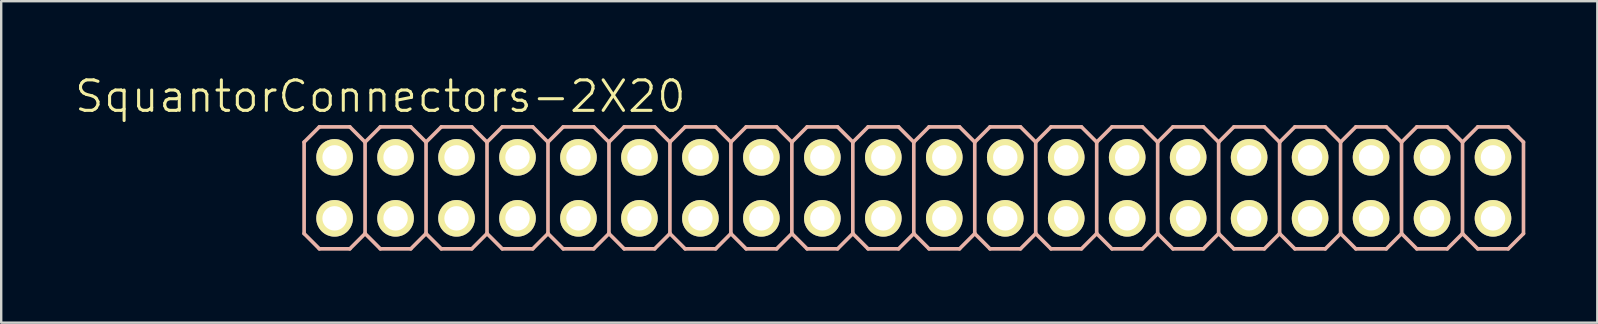
<source format=kicad_pcb>
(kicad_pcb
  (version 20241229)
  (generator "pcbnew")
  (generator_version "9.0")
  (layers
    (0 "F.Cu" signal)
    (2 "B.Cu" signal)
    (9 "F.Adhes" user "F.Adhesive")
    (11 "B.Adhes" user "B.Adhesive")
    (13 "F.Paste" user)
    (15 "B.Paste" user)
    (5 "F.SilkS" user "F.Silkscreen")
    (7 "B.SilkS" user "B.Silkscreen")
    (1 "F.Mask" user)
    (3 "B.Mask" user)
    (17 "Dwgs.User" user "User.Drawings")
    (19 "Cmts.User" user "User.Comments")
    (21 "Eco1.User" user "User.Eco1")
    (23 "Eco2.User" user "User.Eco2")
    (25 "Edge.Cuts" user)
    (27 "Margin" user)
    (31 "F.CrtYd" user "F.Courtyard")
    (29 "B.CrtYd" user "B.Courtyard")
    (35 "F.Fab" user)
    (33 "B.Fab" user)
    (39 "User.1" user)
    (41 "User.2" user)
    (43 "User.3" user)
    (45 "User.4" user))
  (footprint "SquantorConnectors-2X20"
    (layer "F.Cu")
    (at 35.019 4.776)
    (property "Reference" "SquantorConnectors-2X20" (at -22.225 -3.81 0) (layer "F.SilkS") (effects (font (size 1.27 1.27) (thickness 0.127))))
    (attr exclude_from_pos_files exclude_from_bom)
    (fp_line (start -24.384 -1.524) (end -23.876 -1.524) (stroke (width 0.066) (type solid)) (layer "F.SilkS"))
    (fp_line (start -24.384 -1.016) (end -24.384 -1.524) (stroke (width 0.066) (type solid)) (layer "F.SilkS"))
    (fp_line (start -24.384 -1.016) (end -23.876 -1.016) (stroke (width 0.066) (type solid)) (layer "F.SilkS"))
    (fp_line (start -24.384 1.016) (end -23.876 1.016) (stroke (width 0.066) (type solid)) (layer "F.SilkS"))
    (fp_line (start -24.384 1.524) (end -24.384 1.016) (stroke (width 0.066) (type solid)) (layer "F.SilkS"))
    (fp_line (start -24.384 1.524) (end -23.876 1.524) (stroke (width 0.066) (type solid)) (layer "F.SilkS"))
    (fp_line (start -23.876 -1.016) (end -23.876 -1.524) (stroke (width 0.066) (type solid)) (layer "F.SilkS"))
    (fp_line (start -23.876 1.524) (end -23.876 1.016) (stroke (width 0.066) (type solid)) (layer "F.SilkS"))
    (fp_line (start -21.844 -1.524) (end -21.336 -1.524) (stroke (width 0.066) (type solid)) (layer "F.SilkS"))
    (fp_line (start -21.844 -1.016) (end -21.844 -1.524) (stroke (width 0.066) (type solid)) (layer "F.SilkS"))
    (fp_line (start -21.844 -1.016) (end -21.336 -1.016) (stroke (width 0.066) (type solid)) (layer "F.SilkS"))
    (fp_line (start -21.844 1.016) (end -21.336 1.016) (stroke (width 0.066) (type solid)) (layer "F.SilkS"))
    (fp_line (start -21.844 1.524) (end -21.844 1.016) (stroke (width 0.066) (type solid)) (layer "F.SilkS"))
    (fp_line (start -21.844 1.524) (end -21.336 1.524) (stroke (width 0.066) (type solid)) (layer "F.SilkS"))
    (fp_line (start -21.336 -1.016) (end -21.336 -1.524) (stroke (width 0.066) (type solid)) (layer "F.SilkS"))
    (fp_line (start -21.336 1.524) (end -21.336 1.016) (stroke (width 0.066) (type solid)) (layer "F.SilkS"))
    (fp_line (start -19.304 -1.524) (end -18.796 -1.524) (stroke (width 0.066) (type solid)) (layer "F.SilkS"))
    (fp_line (start -19.304 -1.016) (end -19.304 -1.524) (stroke (width 0.066) (type solid)) (layer "F.SilkS"))
    (fp_line (start -19.304 -1.016) (end -18.796 -1.016) (stroke (width 0.066) (type solid)) (layer "F.SilkS"))
    (fp_line (start -19.304 1.016) (end -18.796 1.016) (stroke (width 0.066) (type solid)) (layer "F.SilkS"))
    (fp_line (start -19.304 1.524) (end -19.304 1.016) (stroke (width 0.066) (type solid)) (layer "F.SilkS"))
    (fp_line (start -19.304 1.524) (end -18.796 1.524) (stroke (width 0.066) (type solid)) (layer "F.SilkS"))
    (fp_line (start -18.796 -1.016) (end -18.796 -1.524) (stroke (width 0.066) (type solid)) (layer "F.SilkS"))
    (fp_line (start -18.796 1.524) (end -18.796 1.016) (stroke (width 0.066) (type solid)) (layer "F.SilkS"))
    (fp_line (start -16.764 -1.524) (end -16.256 -1.524) (stroke (width 0.066) (type solid)) (layer "F.SilkS"))
    (fp_line (start -16.764 -1.016) (end -16.764 -1.524) (stroke (width 0.066) (type solid)) (layer "F.SilkS"))
    (fp_line (start -16.764 -1.016) (end -16.256 -1.016) (stroke (width 0.066) (type solid)) (layer "F.SilkS"))
    (fp_line (start -16.764 1.016) (end -16.256 1.016) (stroke (width 0.066) (type solid)) (layer "F.SilkS"))
    (fp_line (start -16.764 1.524) (end -16.764 1.016) (stroke (width 0.066) (type solid)) (layer "F.SilkS"))
    (fp_line (start -16.764 1.524) (end -16.256 1.524) (stroke (width 0.066) (type solid)) (layer "F.SilkS"))
    (fp_line (start -16.256 -1.016) (end -16.256 -1.524) (stroke (width 0.066) (type solid)) (layer "F.SilkS"))
    (fp_line (start -16.256 1.524) (end -16.256 1.016) (stroke (width 0.066) (type solid)) (layer "F.SilkS"))
    (fp_line (start -14.224 -1.524) (end -13.716 -1.524) (stroke (width 0.066) (type solid)) (layer "F.SilkS"))
    (fp_line (start -14.224 -1.016) (end -14.224 -1.524) (stroke (width 0.066) (type solid)) (layer "F.SilkS"))
    (fp_line (start -14.224 -1.016) (end -13.716 -1.016) (stroke (width 0.066) (type solid)) (layer "F.SilkS"))
    (fp_line (start -14.224 1.016) (end -13.716 1.016) (stroke (width 0.066) (type solid)) (layer "F.SilkS"))
    (fp_line (start -14.224 1.524) (end -14.224 1.016) (stroke (width 0.066) (type solid)) (layer "F.SilkS"))
    (fp_line (start -14.224 1.524) (end -13.716 1.524) (stroke (width 0.066) (type solid)) (layer "F.SilkS"))
    (fp_line (start -13.716 -1.016) (end -13.716 -1.524) (stroke (width 0.066) (type solid)) (layer "F.SilkS"))
    (fp_line (start -13.716 1.524) (end -13.716 1.016) (stroke (width 0.066) (type solid)) (layer "F.SilkS"))
    (fp_line (start -11.684 -1.524) (end -11.176 -1.524) (stroke (width 0.066) (type solid)) (layer "F.SilkS"))
    (fp_line (start -11.684 -1.016) (end -11.684 -1.524) (stroke (width 0.066) (type solid)) (layer "F.SilkS"))
    (fp_line (start -11.684 -1.016) (end -11.176 -1.016) (stroke (width 0.066) (type solid)) (layer "F.SilkS"))
    (fp_line (start -11.684 1.016) (end -11.176 1.016) (stroke (width 0.066) (type solid)) (layer "F.SilkS"))
    (fp_line (start -11.684 1.524) (end -11.684 1.016) (stroke (width 0.066) (type solid)) (layer "F.SilkS"))
    (fp_line (start -11.684 1.524) (end -11.176 1.524) (stroke (width 0.066) (type solid)) (layer "F.SilkS"))
    (fp_line (start -11.176 -1.016) (end -11.176 -1.524) (stroke (width 0.066) (type solid)) (layer "F.SilkS"))
    (fp_line (start -11.176 1.524) (end -11.176 1.016) (stroke (width 0.066) (type solid)) (layer "F.SilkS"))
    (fp_line (start -9.144 -1.524) (end -8.636 -1.524) (stroke (width 0.066) (type solid)) (layer "F.SilkS"))
    (fp_line (start -9.144 -1.016) (end -9.144 -1.524) (stroke (width 0.066) (type solid)) (layer "F.SilkS"))
    (fp_line (start -9.144 -1.016) (end -8.636 -1.016) (stroke (width 0.066) (type solid)) (layer "F.SilkS"))
    (fp_line (start -9.144 1.016) (end -8.636 1.016) (stroke (width 0.066) (type solid)) (layer "F.SilkS"))
    (fp_line (start -9.144 1.524) (end -9.144 1.016) (stroke (width 0.066) (type solid)) (layer "F.SilkS"))
    (fp_line (start -9.144 1.524) (end -8.636 1.524) (stroke (width 0.066) (type solid)) (layer "F.SilkS"))
    (fp_line (start -8.636 -1.016) (end -8.636 -1.524) (stroke (width 0.066) (type solid)) (layer "F.SilkS"))
    (fp_line (start -8.636 1.524) (end -8.636 1.016) (stroke (width 0.066) (type solid)) (layer "F.SilkS"))
    (fp_line (start -6.604 -1.524) (end -6.096 -1.524) (stroke (width 0.066) (type solid)) (layer "F.SilkS"))
    (fp_line (start -6.604 -1.016) (end -6.604 -1.524) (stroke (width 0.066) (type solid)) (layer "F.SilkS"))
    (fp_line (start -6.604 -1.016) (end -6.096 -1.016) (stroke (width 0.066) (type solid)) (layer "F.SilkS"))
    (fp_line (start -6.604 1.016) (end -6.096 1.016) (stroke (width 0.066) (type solid)) (layer "F.SilkS"))
    (fp_line (start -6.604 1.524) (end -6.604 1.016) (stroke (width 0.066) (type solid)) (layer "F.SilkS"))
    (fp_line (start -6.604 1.524) (end -6.096 1.524) (stroke (width 0.066) (type solid)) (layer "F.SilkS"))
    (fp_line (start -6.096 -1.016) (end -6.096 -1.524) (stroke (width 0.066) (type solid)) (layer "F.SilkS"))
    (fp_line (start -6.096 1.524) (end -6.096 1.016) (stroke (width 0.066) (type solid)) (layer "F.SilkS"))
    (fp_line (start -4.064 -1.524) (end -3.556 -1.524) (stroke (width 0.066) (type solid)) (layer "F.SilkS"))
    (fp_line (start -4.064 -1.016) (end -4.064 -1.524) (stroke (width 0.066) (type solid)) (layer "F.SilkS"))
    (fp_line (start -4.064 -1.016) (end -3.556 -1.016) (stroke (width 0.066) (type solid)) (layer "F.SilkS"))
    (fp_line (start -4.064 1.016) (end -3.556 1.016) (stroke (width 0.066) (type solid)) (layer "F.SilkS"))
    (fp_line (start -4.064 1.524) (end -4.064 1.016) (stroke (width 0.066) (type solid)) (layer "F.SilkS"))
    (fp_line (start -4.064 1.524) (end -3.556 1.524) (stroke (width 0.066) (type solid)) (layer "F.SilkS"))
    (fp_line (start -3.556 -1.016) (end -3.556 -1.524) (stroke (width 0.066) (type solid)) (layer "F.SilkS"))
    (fp_line (start -3.556 1.524) (end -3.556 1.016) (stroke (width 0.066) (type solid)) (layer "F.SilkS"))
    (fp_line (start -1.524 -1.524) (end -1.016 -1.524) (stroke (width 0.066) (type solid)) (layer "F.SilkS"))
    (fp_line (start -1.524 -1.016) (end -1.524 -1.524) (stroke (width 0.066) (type solid)) (layer "F.SilkS"))
    (fp_line (start -1.524 -1.016) (end -1.016 -1.016) (stroke (width 0.066) (type solid)) (layer "F.SilkS"))
    (fp_line (start -1.524 1.016) (end -1.016 1.016) (stroke (width 0.066) (type solid)) (layer "F.SilkS"))
    (fp_line (start -1.524 1.524) (end -1.524 1.016) (stroke (width 0.066) (type solid)) (layer "F.SilkS"))
    (fp_line (start -1.524 1.524) (end -1.016 1.524) (stroke (width 0.066) (type solid)) (layer "F.SilkS"))
    (fp_line (start -1.016 -1.016) (end -1.016 -1.524) (stroke (width 0.066) (type solid)) (layer "F.SilkS"))
    (fp_line (start -1.016 1.524) (end -1.016 1.016) (stroke (width 0.066) (type solid)) (layer "F.SilkS"))
    (fp_line (start 1.016 -1.524) (end 1.524 -1.524) (stroke (width 0.066) (type solid)) (layer "F.SilkS"))
    (fp_line (start 1.016 -1.016) (end 1.016 -1.524) (stroke (width 0.066) (type solid)) (layer "F.SilkS"))
    (fp_line (start 1.016 -1.016) (end 1.524 -1.016) (stroke (width 0.066) (type solid)) (layer "F.SilkS"))
    (fp_line (start 1.016 1.016) (end 1.524 1.016) (stroke (width 0.066) (type solid)) (layer "F.SilkS"))
    (fp_line (start 1.016 1.524) (end 1.016 1.016) (stroke (width 0.066) (type solid)) (layer "F.SilkS"))
    (fp_line (start 1.016 1.524) (end 1.524 1.524) (stroke (width 0.066) (type solid)) (layer "F.SilkS"))
    (fp_line (start 1.524 -1.016) (end 1.524 -1.524) (stroke (width 0.066) (type solid)) (layer "F.SilkS"))
    (fp_line (start 1.524 1.524) (end 1.524 1.016) (stroke (width 0.066) (type solid)) (layer "F.SilkS"))
    (fp_line (start 3.556 -1.524) (end 4.064 -1.524) (stroke (width 0.066) (type solid)) (layer "F.SilkS"))
    (fp_line (start 3.556 -1.016) (end 3.556 -1.524) (stroke (width 0.066) (type solid)) (layer "F.SilkS"))
    (fp_line (start 3.556 -1.016) (end 4.064 -1.016) (stroke (width 0.066) (type solid)) (layer "F.SilkS"))
    (fp_line (start 3.556 1.016) (end 4.064 1.016) (stroke (width 0.066) (type solid)) (layer "F.SilkS"))
    (fp_line (start 3.556 1.524) (end 3.556 1.016) (stroke (width 0.066) (type solid)) (layer "F.SilkS"))
    (fp_line (start 3.556 1.524) (end 4.064 1.524) (stroke (width 0.066) (type solid)) (layer "F.SilkS"))
    (fp_line (start 4.064 -1.016) (end 4.064 -1.524) (stroke (width 0.066) (type solid)) (layer "F.SilkS"))
    (fp_line (start 4.064 1.524) (end 4.064 1.016) (stroke (width 0.066) (type solid)) (layer "F.SilkS"))
    (fp_line (start 6.096 -1.524) (end 6.604 -1.524) (stroke (width 0.066) (type solid)) (layer "F.SilkS"))
    (fp_line (start 6.096 -1.016) (end 6.096 -1.524) (stroke (width 0.066) (type solid)) (layer "F.SilkS"))
    (fp_line (start 6.096 -1.016) (end 6.604 -1.016) (stroke (width 0.066) (type solid)) (layer "F.SilkS"))
    (fp_line (start 6.096 1.016) (end 6.604 1.016) (stroke (width 0.066) (type solid)) (layer "F.SilkS"))
    (fp_line (start 6.096 1.524) (end 6.096 1.016) (stroke (width 0.066) (type solid)) (layer "F.SilkS"))
    (fp_line (start 6.096 1.524) (end 6.604 1.524) (stroke (width 0.066) (type solid)) (layer "F.SilkS"))
    (fp_line (start 6.604 -1.016) (end 6.604 -1.524) (stroke (width 0.066) (type solid)) (layer "F.SilkS"))
    (fp_line (start 6.604 1.524) (end 6.604 1.016) (stroke (width 0.066) (type solid)) (layer "F.SilkS"))
    (fp_line (start 8.636 -1.524) (end 9.144 -1.524) (stroke (width 0.066) (type solid)) (layer "F.SilkS"))
    (fp_line (start 8.636 -1.016) (end 8.636 -1.524) (stroke (width 0.066) (type solid)) (layer "F.SilkS"))
    (fp_line (start 8.636 -1.016) (end 9.144 -1.016) (stroke (width 0.066) (type solid)) (layer "F.SilkS"))
    (fp_line (start 8.636 1.016) (end 9.144 1.016) (stroke (width 0.066) (type solid)) (layer "F.SilkS"))
    (fp_line (start 8.636 1.524) (end 8.636 1.016) (stroke (width 0.066) (type solid)) (layer "F.SilkS"))
    (fp_line (start 8.636 1.524) (end 9.144 1.524) (stroke (width 0.066) (type solid)) (layer "F.SilkS"))
    (fp_line (start 9.144 -1.016) (end 9.144 -1.524) (stroke (width 0.066) (type solid)) (layer "F.SilkS"))
    (fp_line (start 9.144 1.524) (end 9.144 1.016) (stroke (width 0.066) (type solid)) (layer "F.SilkS"))
    (fp_line (start 11.176 -1.524) (end 11.684 -1.524) (stroke (width 0.066) (type solid)) (layer "F.SilkS"))
    (fp_line (start 11.176 -1.016) (end 11.176 -1.524) (stroke (width 0.066) (type solid)) (layer "F.SilkS"))
    (fp_line (start 11.176 -1.016) (end 11.684 -1.016) (stroke (width 0.066) (type solid)) (layer "F.SilkS"))
    (fp_line (start 11.176 1.016) (end 11.684 1.016) (stroke (width 0.066) (type solid)) (layer "F.SilkS"))
    (fp_line (start 11.176 1.524) (end 11.176 1.016) (stroke (width 0.066) (type solid)) (layer "F.SilkS"))
    (fp_line (start 11.176 1.524) (end 11.684 1.524) (stroke (width 0.066) (type solid)) (layer "F.SilkS"))
    (fp_line (start 11.684 -1.016) (end 11.684 -1.524) (stroke (width 0.066) (type solid)) (layer "F.SilkS"))
    (fp_line (start 11.684 1.524) (end 11.684 1.016) (stroke (width 0.066) (type solid)) (layer "F.SilkS"))
    (fp_line (start 13.716 -1.524) (end 14.224 -1.524) (stroke (width 0.066) (type solid)) (layer "F.SilkS"))
    (fp_line (start 13.716 -1.016) (end 13.716 -1.524) (stroke (width 0.066) (type solid)) (layer "F.SilkS"))
    (fp_line (start 13.716 -1.016) (end 14.224 -1.016) (stroke (width 0.066) (type solid)) (layer "F.SilkS"))
    (fp_line (start 13.716 1.016) (end 14.224 1.016) (stroke (width 0.066) (type solid)) (layer "F.SilkS"))
    (fp_line (start 13.716 1.524) (end 13.716 1.016) (stroke (width 0.066) (type solid)) (layer "F.SilkS"))
    (fp_line (start 13.716 1.524) (end 14.224 1.524) (stroke (width 0.066) (type solid)) (layer "F.SilkS"))
    (fp_line (start 14.224 -1.016) (end 14.224 -1.524) (stroke (width 0.066) (type solid)) (layer "F.SilkS"))
    (fp_line (start 14.224 1.524) (end 14.224 1.016) (stroke (width 0.066) (type solid)) (layer "F.SilkS"))
    (fp_line (start 16.256 -1.524) (end 16.764 -1.524) (stroke (width 0.066) (type solid)) (layer "F.SilkS"))
    (fp_line (start 16.256 -1.016) (end 16.256 -1.524) (stroke (width 0.066) (type solid)) (layer "F.SilkS"))
    (fp_line (start 16.256 -1.016) (end 16.764 -1.016) (stroke (width 0.066) (type solid)) (layer "F.SilkS"))
    (fp_line (start 16.256 1.016) (end 16.764 1.016) (stroke (width 0.066) (type solid)) (layer "F.SilkS"))
    (fp_line (start 16.256 1.524) (end 16.256 1.016) (stroke (width 0.066) (type solid)) (layer "F.SilkS"))
    (fp_line (start 16.256 1.524) (end 16.764 1.524) (stroke (width 0.066) (type solid)) (layer "F.SilkS"))
    (fp_line (start 16.764 -1.016) (end 16.764 -1.524) (stroke (width 0.066) (type solid)) (layer "F.SilkS"))
    (fp_line (start 16.764 1.524) (end 16.764 1.016) (stroke (width 0.066) (type solid)) (layer "F.SilkS"))
    (fp_line (start 18.796 -1.524) (end 19.304 -1.524) (stroke (width 0.066) (type solid)) (layer "F.SilkS"))
    (fp_line (start 18.796 -1.016) (end 18.796 -1.524) (stroke (width 0.066) (type solid)) (layer "F.SilkS"))
    (fp_line (start 18.796 -1.016) (end 19.304 -1.016) (stroke (width 0.066) (type solid)) (layer "F.SilkS"))
    (fp_line (start 18.796 1.016) (end 19.304 1.016) (stroke (width 0.066) (type solid)) (layer "F.SilkS"))
    (fp_line (start 18.796 1.524) (end 18.796 1.016) (stroke (width 0.066) (type solid)) (layer "F.SilkS"))
    (fp_line (start 18.796 1.524) (end 19.304 1.524) (stroke (width 0.066) (type solid)) (layer "F.SilkS"))
    (fp_line (start 19.304 -1.016) (end 19.304 -1.524) (stroke (width 0.066) (type solid)) (layer "F.SilkS"))
    (fp_line (start 19.304 1.524) (end 19.304 1.016) (stroke (width 0.066) (type solid)) (layer "F.SilkS"))
    (fp_line (start 21.336 -1.524) (end 21.844 -1.524) (stroke (width 0.066) (type solid)) (layer "F.SilkS"))
    (fp_line (start 21.336 -1.016) (end 21.336 -1.524) (stroke (width 0.066) (type solid)) (layer "F.SilkS"))
    (fp_line (start 21.336 -1.016) (end 21.844 -1.016) (stroke (width 0.066) (type solid)) (layer "F.SilkS"))
    (fp_line (start 21.336 1.016) (end 21.844 1.016) (stroke (width 0.066) (type solid)) (layer "F.SilkS"))
    (fp_line (start 21.336 1.524) (end 21.336 1.016) (stroke (width 0.066) (type solid)) (layer "F.SilkS"))
    (fp_line (start 21.336 1.524) (end 21.844 1.524) (stroke (width 0.066) (type solid)) (layer "F.SilkS"))
    (fp_line (start 21.844 -1.016) (end 21.844 -1.524) (stroke (width 0.066) (type solid)) (layer "F.SilkS"))
    (fp_line (start 21.844 1.524) (end 21.844 1.016) (stroke (width 0.066) (type solid)) (layer "F.SilkS"))
    (fp_line (start 23.876 -1.524) (end 24.384 -1.524) (stroke (width 0.066) (type solid)) (layer "F.SilkS"))
    (fp_line (start 23.876 -1.016) (end 23.876 -1.524) (stroke (width 0.066) (type solid)) (layer "F.SilkS"))
    (fp_line (start 23.876 -1.016) (end 24.384 -1.016) (stroke (width 0.066) (type solid)) (layer "F.SilkS"))
    (fp_line (start 23.876 1.016) (end 24.384 1.016) (stroke (width 0.066) (type solid)) (layer "F.SilkS"))
    (fp_line (start 23.876 1.524) (end 23.876 1.016) (stroke (width 0.066) (type solid)) (layer "F.SilkS"))
    (fp_line (start 23.876 1.524) (end 24.384 1.524) (stroke (width 0.066) (type solid)) (layer "F.SilkS"))
    (fp_line (start 24.384 -1.016) (end 24.384 -1.524) (stroke (width 0.066) (type solid)) (layer "F.SilkS"))
    (fp_line (start 24.384 1.524) (end 24.384 1.016) (stroke (width 0.066) (type solid)) (layer "F.SilkS"))
    (fp_line (start -25.4 -1.905) (end -24.765 -2.54) (stroke (width 0.152) (type solid)) (layer "B.SilkS"))
    (fp_line (start -25.4 1.905) (end -25.4 -1.905) (stroke (width 0.152) (type solid)) (layer "B.SilkS"))
    (fp_line (start -25.4 1.905) (end -24.765 2.54) (stroke (width 0.152) (type solid)) (layer "B.SilkS"))
    (fp_line (start -24.765 -2.54) (end -23.495 -2.54) (stroke (width 0.152) (type solid)) (layer "B.SilkS"))
    (fp_line (start -24.765 2.54) (end -23.495 2.54) (stroke (width 0.152) (type solid)) (layer "B.SilkS"))
    (fp_line (start -23.495 -2.54) (end -22.86 -1.905) (stroke (width 0.152) (type solid)) (layer "B.SilkS"))
    (fp_line (start -23.495 2.54) (end -22.86 1.905) (stroke (width 0.152) (type solid)) (layer "B.SilkS"))
    (fp_line (start -22.86 -1.905) (end -22.86 1.905) (stroke (width 0.152) (type solid)) (layer "B.SilkS"))
    (fp_line (start -22.86 -1.905) (end -22.225 -2.54) (stroke (width 0.152) (type solid)) (layer "B.SilkS"))
    (fp_line (start -22.86 1.905) (end -22.225 2.54) (stroke (width 0.152) (type solid)) (layer "B.SilkS"))
    (fp_line (start -22.225 -2.54) (end -20.955 -2.54) (stroke (width 0.152) (type solid)) (layer "B.SilkS"))
    (fp_line (start -22.225 2.54) (end -20.955 2.54) (stroke (width 0.152) (type solid)) (layer "B.SilkS"))
    (fp_line (start -20.955 -2.54) (end -20.32 -1.905) (stroke (width 0.152) (type solid)) (layer "B.SilkS"))
    (fp_line (start -20.955 2.54) (end -20.32 1.905) (stroke (width 0.152) (type solid)) (layer "B.SilkS"))
    (fp_line (start -20.32 -1.905) (end -20.32 1.905) (stroke (width 0.152) (type solid)) (layer "B.SilkS"))
    (fp_line (start -20.32 -1.905) (end -19.685 -2.54) (stroke (width 0.152) (type solid)) (layer "B.SilkS"))
    (fp_line (start -20.32 1.905) (end -19.685 2.54) (stroke (width 0.152) (type solid)) (layer "B.SilkS"))
    (fp_line (start -19.685 -2.54) (end -18.415 -2.54) (stroke (width 0.152) (type solid)) (layer "B.SilkS"))
    (fp_line (start -19.685 2.54) (end -18.415 2.54) (stroke (width 0.152) (type solid)) (layer "B.SilkS"))
    (fp_line (start -18.415 -2.54) (end -17.78 -1.905) (stroke (width 0.152) (type solid)) (layer "B.SilkS"))
    (fp_line (start -18.415 2.54) (end -17.78 1.905) (stroke (width 0.152) (type solid)) (layer "B.SilkS"))
    (fp_line (start -17.78 -1.905) (end -17.78 1.905) (stroke (width 0.152) (type solid)) (layer "B.SilkS"))
    (fp_line (start -17.78 -1.905) (end -17.145 -2.54) (stroke (width 0.152) (type solid)) (layer "B.SilkS"))
    (fp_line (start -17.78 1.905) (end -17.145 2.54) (stroke (width 0.152) (type solid)) (layer "B.SilkS"))
    (fp_line (start -17.145 -2.54) (end -15.875 -2.54) (stroke (width 0.152) (type solid)) (layer "B.SilkS"))
    (fp_line (start -17.145 2.54) (end -15.875 2.54) (stroke (width 0.152) (type solid)) (layer "B.SilkS"))
    (fp_line (start -15.875 -2.54) (end -15.24 -1.905) (stroke (width 0.152) (type solid)) (layer "B.SilkS"))
    (fp_line (start -15.875 2.54) (end -15.24 1.905) (stroke (width 0.152) (type solid)) (layer "B.SilkS"))
    (fp_line (start -15.24 -1.905) (end -15.24 1.905) (stroke (width 0.152) (type solid)) (layer "B.SilkS"))
    (fp_line (start -15.24 -1.905) (end -14.605 -2.54) (stroke (width 0.152) (type solid)) (layer "B.SilkS"))
    (fp_line (start -15.24 1.905) (end -14.605 2.54) (stroke (width 0.152) (type solid)) (layer "B.SilkS"))
    (fp_line (start -14.605 -2.54) (end -13.335 -2.54) (stroke (width 0.152) (type solid)) (layer "B.SilkS"))
    (fp_line (start -14.605 2.54) (end -13.335 2.54) (stroke (width 0.152) (type solid)) (layer "B.SilkS"))
    (fp_line (start -13.335 -2.54) (end -12.7 -1.905) (stroke (width 0.152) (type solid)) (layer "B.SilkS"))
    (fp_line (start -13.335 2.54) (end -12.7 1.905) (stroke (width 0.152) (type solid)) (layer "B.SilkS"))
    (fp_line (start -12.7 -1.905) (end -12.7 1.905) (stroke (width 0.152) (type solid)) (layer "B.SilkS"))
    (fp_line (start -12.7 -1.905) (end -12.065 -2.54) (stroke (width 0.152) (type solid)) (layer "B.SilkS"))
    (fp_line (start -12.7 1.905) (end -12.065 2.54) (stroke (width 0.152) (type solid)) (layer "B.SilkS"))
    (fp_line (start -12.065 -2.54) (end -10.795 -2.54) (stroke (width 0.152) (type solid)) (layer "B.SilkS"))
    (fp_line (start -12.065 2.54) (end -10.795 2.54) (stroke (width 0.152) (type solid)) (layer "B.SilkS"))
    (fp_line (start -10.795 -2.54) (end -10.16 -1.905) (stroke (width 0.152) (type solid)) (layer "B.SilkS"))
    (fp_line (start -10.795 2.54) (end -10.16 1.905) (stroke (width 0.152) (type solid)) (layer "B.SilkS"))
    (fp_line (start -10.16 -1.905) (end -10.16 1.905) (stroke (width 0.152) (type solid)) (layer "B.SilkS"))
    (fp_line (start -10.16 -1.905) (end -9.525 -2.54) (stroke (width 0.152) (type solid)) (layer "B.SilkS"))
    (fp_line (start -10.16 1.905) (end -9.525 2.54) (stroke (width 0.152) (type solid)) (layer "B.SilkS"))
    (fp_line (start -9.525 -2.54) (end -8.255 -2.54) (stroke (width 0.152) (type solid)) (layer "B.SilkS"))
    (fp_line (start -8.255 -2.54) (end -7.62 -1.905) (stroke (width 0.152) (type solid)) (layer "B.SilkS"))
    (fp_line (start -8.255 2.54) (end -9.525 2.54) (stroke (width 0.152) (type solid)) (layer "B.SilkS"))
    (fp_line (start -7.62 -1.905) (end -7.62 1.905) (stroke (width 0.152) (type solid)) (layer "B.SilkS"))
    (fp_line (start -7.62 -1.905) (end -6.985 -2.54) (stroke (width 0.152) (type solid)) (layer "B.SilkS"))
    (fp_line (start -7.62 1.905) (end -8.255 2.54) (stroke (width 0.152) (type solid)) (layer "B.SilkS"))
    (fp_line (start -7.62 1.905) (end -6.985 2.54) (stroke (width 0.152) (type solid)) (layer "B.SilkS"))
    (fp_line (start -6.985 -2.54) (end -5.715 -2.54) (stroke (width 0.152) (type solid)) (layer "B.SilkS"))
    (fp_line (start -5.715 -2.54) (end -5.08 -1.905) (stroke (width 0.152) (type solid)) (layer "B.SilkS"))
    (fp_line (start -5.715 2.54) (end -6.985 2.54) (stroke (width 0.152) (type solid)) (layer "B.SilkS"))
    (fp_line (start -5.08 -1.905) (end -5.08 1.905) (stroke (width 0.152) (type solid)) (layer "B.SilkS"))
    (fp_line (start -5.08 -1.905) (end -4.445 -2.54) (stroke (width 0.152) (type solid)) (layer "B.SilkS"))
    (fp_line (start -5.08 1.905) (end -5.715 2.54) (stroke (width 0.152) (type solid)) (layer "B.SilkS"))
    (fp_line (start -5.08 1.905) (end -4.445 2.54) (stroke (width 0.152) (type solid)) (layer "B.SilkS"))
    (fp_line (start -4.445 -2.54) (end -3.175 -2.54) (stroke (width 0.152) (type solid)) (layer "B.SilkS"))
    (fp_line (start -3.175 -2.54) (end -2.54 -1.905) (stroke (width 0.152) (type solid)) (layer "B.SilkS"))
    (fp_line (start -3.175 2.54) (end -4.445 2.54) (stroke (width 0.152) (type solid)) (layer "B.SilkS"))
    (fp_line (start -2.54 -1.905) (end -2.54 1.905) (stroke (width 0.152) (type solid)) (layer "B.SilkS"))
    (fp_line (start -2.54 -1.905) (end -1.905 -2.54) (stroke (width 0.152) (type solid)) (layer "B.SilkS"))
    (fp_line (start -2.54 1.905) (end -3.175 2.54) (stroke (width 0.152) (type solid)) (layer "B.SilkS"))
    (fp_line (start -2.54 1.905) (end -1.905 2.54) (stroke (width 0.152) (type solid)) (layer "B.SilkS"))
    (fp_line (start -1.905 -2.54) (end -0.635 -2.54) (stroke (width 0.152) (type solid)) (layer "B.SilkS"))
    (fp_line (start -0.635 -2.54) (end 0 -1.905) (stroke (width 0.152) (type solid)) (layer "B.SilkS"))
    (fp_line (start -0.635 2.54) (end -1.905 2.54) (stroke (width 0.152) (type solid)) (layer "B.SilkS"))
    (fp_line (start 0 -1.905) (end 0 1.905) (stroke (width 0.152) (type solid)) (layer "B.SilkS"))
    (fp_line (start 0 -1.905) (end 0.635 -2.54) (stroke (width 0.152) (type solid)) (layer "B.SilkS"))
    (fp_line (start 0 1.905) (end -0.635 2.54) (stroke (width 0.152) (type solid)) (layer "B.SilkS"))
    (fp_line (start 0 1.905) (end 0.635 2.54) (stroke (width 0.152) (type solid)) (layer "B.SilkS"))
    (fp_line (start 0.635 -2.54) (end 1.905 -2.54) (stroke (width 0.152) (type solid)) (layer "B.SilkS"))
    (fp_line (start 1.905 -2.54) (end 2.54 -1.905) (stroke (width 0.152) (type solid)) (layer "B.SilkS"))
    (fp_line (start 1.905 2.54) (end 0.635 2.54) (stroke (width 0.152) (type solid)) (layer "B.SilkS"))
    (fp_line (start 2.54 -1.905) (end 2.54 1.905) (stroke (width 0.152) (type solid)) (layer "B.SilkS"))
    (fp_line (start 2.54 -1.905) (end 3.175 -2.54) (stroke (width 0.152) (type solid)) (layer "B.SilkS"))
    (fp_line (start 2.54 1.905) (end 1.905 2.54) (stroke (width 0.152) (type solid)) (layer "B.SilkS"))
    (fp_line (start 2.54 1.905) (end 3.175 2.54) (stroke (width 0.152) (type solid)) (layer "B.SilkS"))
    (fp_line (start 3.175 -2.54) (end 4.445 -2.54) (stroke (width 0.152) (type solid)) (layer "B.SilkS"))
    (fp_line (start 4.445 2.54) (end 3.175 2.54) (stroke (width 0.152) (type solid)) (layer "B.SilkS"))
    (fp_line (start 5.08 -1.905) (end 4.445 -2.54) (stroke (width 0.152) (type solid)) (layer "B.SilkS"))
    (fp_line (start 5.08 -1.905) (end 5.08 1.905) (stroke (width 0.152) (type solid)) (layer "B.SilkS"))
    (fp_line (start 5.08 -1.905) (end 5.715 -2.54) (stroke (width 0.152) (type solid)) (layer "B.SilkS"))
    (fp_line (start 5.08 1.905) (end 4.445 2.54) (stroke (width 0.152) (type solid)) (layer "B.SilkS"))
    (fp_line (start 5.08 1.905) (end 5.715 2.54) (stroke (width 0.152) (type solid)) (layer "B.SilkS"))
    (fp_line (start 6.985 -2.54) (end 5.715 -2.54) (stroke (width 0.152) (type solid)) (layer "B.SilkS"))
    (fp_line (start 6.985 -2.54) (end 7.62 -1.905) (stroke (width 0.152) (type solid)) (layer "B.SilkS"))
    (fp_line (start 6.985 2.54) (end 5.715 2.54) (stroke (width 0.152) (type solid)) (layer "B.SilkS"))
    (fp_line (start 7.62 -1.905) (end 7.62 1.905) (stroke (width 0.152) (type solid)) (layer "B.SilkS"))
    (fp_line (start 7.62 -1.905) (end 8.255 -2.54) (stroke (width 0.152) (type solid)) (layer "B.SilkS"))
    (fp_line (start 7.62 1.905) (end 6.985 2.54) (stroke (width 0.152) (type solid)) (layer "B.SilkS"))
    (fp_line (start 7.62 1.905) (end 8.255 2.54) (stroke (width 0.152) (type solid)) (layer "B.SilkS"))
    (fp_line (start 9.525 -2.54) (end 8.255 -2.54) (stroke (width 0.152) (type solid)) (layer "B.SilkS"))
    (fp_line (start 9.525 -2.54) (end 10.16 -1.905) (stroke (width 0.152) (type solid)) (layer "B.SilkS"))
    (fp_line (start 9.525 2.54) (end 8.255 2.54) (stroke (width 0.152) (type solid)) (layer "B.SilkS"))
    (fp_line (start 10.16 -1.905) (end 10.16 1.905) (stroke (width 0.152) (type solid)) (layer "B.SilkS"))
    (fp_line (start 10.16 -1.905) (end 10.795 -2.54) (stroke (width 0.152) (type solid)) (layer "B.SilkS"))
    (fp_line (start 10.16 1.905) (end 9.525 2.54) (stroke (width 0.152) (type solid)) (layer "B.SilkS"))
    (fp_line (start 10.795 2.54) (end 10.16 1.905) (stroke (width 0.152) (type solid)) (layer "B.SilkS"))
    (fp_line (start 10.795 2.54) (end 12.065 2.54) (stroke (width 0.152) (type solid)) (layer "B.SilkS"))
    (fp_line (start 12.065 -2.54) (end 10.795 -2.54) (stroke (width 0.152) (type solid)) (layer "B.SilkS"))
    (fp_line (start 12.065 -2.54) (end 12.7 -1.905) (stroke (width 0.152) (type solid)) (layer "B.SilkS"))
    (fp_line (start 12.7 -1.905) (end 12.7 1.905) (stroke (width 0.152) (type solid)) (layer "B.SilkS"))
    (fp_line (start 12.7 -1.905) (end 13.335 -2.54) (stroke (width 0.152) (type solid)) (layer "B.SilkS"))
    (fp_line (start 12.7 1.905) (end 12.065 2.54) (stroke (width 0.152) (type solid)) (layer "B.SilkS"))
    (fp_line (start 13.335 2.54) (end 12.7 1.905) (stroke (width 0.152) (type solid)) (layer "B.SilkS"))
    (fp_line (start 13.335 2.54) (end 14.605 2.54) (stroke (width 0.152) (type solid)) (layer "B.SilkS"))
    (fp_line (start 14.605 -2.54) (end 13.335 -2.54) (stroke (width 0.152) (type solid)) (layer "B.SilkS"))
    (fp_line (start 14.605 -2.54) (end 15.24 -1.905) (stroke (width 0.152) (type solid)) (layer "B.SilkS"))
    (fp_line (start 15.24 -1.905) (end 15.24 1.905) (stroke (width 0.152) (type solid)) (layer "B.SilkS"))
    (fp_line (start 15.24 -1.905) (end 15.875 -2.54) (stroke (width 0.152) (type solid)) (layer "B.SilkS"))
    (fp_line (start 15.24 1.905) (end 14.605 2.54) (stroke (width 0.152) (type solid)) (layer "B.SilkS"))
    (fp_line (start 15.24 1.905) (end 15.875 2.54) (stroke (width 0.152) (type solid)) (layer "B.SilkS"))
    (fp_line (start 17.145 -2.54) (end 15.875 -2.54) (stroke (width 0.152) (type solid)) (layer "B.SilkS"))
    (fp_line (start 17.145 -2.54) (end 17.78 -1.905) (stroke (width 0.152) (type solid)) (layer "B.SilkS"))
    (fp_line (start 17.145 2.54) (end 15.875 2.54) (stroke (width 0.152) (type solid)) (layer "B.SilkS"))
    (fp_line (start 17.78 -1.905) (end 17.78 1.905) (stroke (width 0.152) (type solid)) (layer "B.SilkS"))
    (fp_line (start 17.78 -1.905) (end 18.415 -2.54) (stroke (width 0.152) (type solid)) (layer "B.SilkS"))
    (fp_line (start 17.78 1.905) (end 17.145 2.54) (stroke (width 0.152) (type solid)) (layer "B.SilkS"))
    (fp_line (start 17.78 1.905) (end 18.415 2.54) (stroke (width 0.152) (type solid)) (layer "B.SilkS"))
    (fp_line (start 19.685 -2.54) (end 18.415 -2.54) (stroke (width 0.152) (type solid)) (layer "B.SilkS"))
    (fp_line (start 19.685 -2.54) (end 20.32 -1.905) (stroke (width 0.152) (type solid)) (layer "B.SilkS"))
    (fp_line (start 19.685 2.54) (end 18.415 2.54) (stroke (width 0.152) (type solid)) (layer "B.SilkS"))
    (fp_line (start 20.32 -1.905) (end 20.32 1.905) (stroke (width 0.152) (type solid)) (layer "B.SilkS"))
    (fp_line (start 20.32 -1.905) (end 20.955 -2.54) (stroke (width 0.152) (type solid)) (layer "B.SilkS"))
    (fp_line (start 20.32 1.905) (end 19.685 2.54) (stroke (width 0.152) (type solid)) (layer "B.SilkS"))
    (fp_line (start 20.32 1.905) (end 20.955 2.54) (stroke (width 0.152) (type solid)) (layer "B.SilkS"))
    (fp_line (start 22.225 -2.54) (end 20.955 -2.54) (stroke (width 0.152) (type solid)) (layer "B.SilkS"))
    (fp_line (start 22.225 -2.54) (end 22.86 -1.905) (stroke (width 0.152) (type solid)) (layer "B.SilkS"))
    (fp_line (start 22.225 2.54) (end 20.955 2.54) (stroke (width 0.152) (type solid)) (layer "B.SilkS"))
    (fp_line (start 22.86 -1.905) (end 22.86 1.905) (stroke (width 0.152) (type solid)) (layer "B.SilkS"))
    (fp_line (start 22.86 -1.905) (end 23.495 -2.54) (stroke (width 0.152) (type solid)) (layer "B.SilkS"))
    (fp_line (start 22.86 1.905) (end 22.225 2.54) (stroke (width 0.152) (type solid)) (layer "B.SilkS"))
    (fp_line (start 22.86 1.905) (end 23.495 2.54) (stroke (width 0.152) (type solid)) (layer "B.SilkS"))
    (fp_line (start 24.765 -2.54) (end 23.495 -2.54) (stroke (width 0.152) (type solid)) (layer "B.SilkS"))
    (fp_line (start 24.765 -2.54) (end 25.4 -1.905) (stroke (width 0.152) (type solid)) (layer "B.SilkS"))
    (fp_line (start 24.765 2.54) (end 23.495 2.54) (stroke (width 0.152) (type solid)) (layer "B.SilkS"))
    (fp_line (start 25.4 -1.905) (end 25.4 1.905) (stroke (width 0.152) (type solid)) (layer "B.SilkS"))
    (fp_line (start 25.4 1.905) (end 24.765 2.54) (stroke (width 0.152) (type solid)) (layer "B.SilkS"))
    (pad "1" thru_hole circle (at -24.13 1.27) (size 1.524 1.524) (drill 1.016) (layers "*.Cu" "F.Mask" "F.SilkS" "F.Paste"))
    (pad "2" thru_hole circle (at -24.13 -1.27) (size 1.524 1.524) (drill 1.016) (layers "*.Cu" "F.Mask" "F.SilkS" "F.Paste"))
    (pad "3" thru_hole circle (at -21.59 1.27) (size 1.524 1.524) (drill 1.016) (layers "*.Cu" "F.Mask" "F.SilkS" "F.Paste"))
    (pad "4" thru_hole circle (at -21.59 -1.27) (size 1.524 1.524) (drill 1.016) (layers "*.Cu" "F.Mask" "F.SilkS" "F.Paste"))
    (pad "5" thru_hole circle (at -19.05 1.27) (size 1.524 1.524) (drill 1.016) (layers "*.Cu" "F.Mask" "F.SilkS" "F.Paste"))
    (pad "6" thru_hole circle (at -19.05 -1.27) (size 1.524 1.524) (drill 1.016) (layers "*.Cu" "F.Mask" "F.SilkS" "F.Paste"))
    (pad "7" thru_hole circle (at -16.51 1.27) (size 1.524 1.524) (drill 1.016) (layers "*.Cu" "F.Mask" "F.SilkS" "F.Paste"))
    (pad "8" thru_hole circle (at -16.51 -1.27) (size 1.524 1.524) (drill 1.016) (layers "*.Cu" "F.Mask" "F.SilkS" "F.Paste"))
    (pad "9" thru_hole circle (at -13.97 1.27) (size 1.524 1.524) (drill 1.016) (layers "*.Cu" "F.Mask" "F.SilkS" "F.Paste"))
    (pad "10" thru_hole circle (at -13.97 -1.27) (size 1.524 1.524) (drill 1.016) (layers "*.Cu" "F.Mask" "F.SilkS" "F.Paste"))
    (pad "11" thru_hole circle (at -11.43 1.27) (size 1.524 1.524) (drill 1.016) (layers "*.Cu" "F.Mask" "F.SilkS" "F.Paste"))
    (pad "12" thru_hole circle (at -11.43 -1.27) (size 1.524 1.524) (drill 1.016) (layers "*.Cu" "F.Mask" "F.SilkS" "F.Paste"))
    (pad "13" thru_hole circle (at -8.89 1.27) (size 1.524 1.524) (drill 1.016) (layers "*.Cu" "F.Mask" "F.SilkS" "F.Paste"))
    (pad "14" thru_hole circle (at -8.89 -1.27) (size 1.524 1.524) (drill 1.016) (layers "*.Cu" "F.Mask" "F.SilkS" "F.Paste"))
    (pad "15" thru_hole circle (at -6.35 1.27) (size 1.524 1.524) (drill 1.016) (layers "*.Cu" "F.Mask" "F.SilkS" "F.Paste"))
    (pad "16" thru_hole circle (at -6.35 -1.27) (size 1.524 1.524) (drill 1.016) (layers "*.Cu" "F.Mask" "F.SilkS" "F.Paste"))
    (pad "17" thru_hole circle (at -3.81 1.27) (size 1.524 1.524) (drill 1.016) (layers "*.Cu" "F.Mask" "F.SilkS" "F.Paste"))
    (pad "18" thru_hole circle (at -3.81 -1.27) (size 1.524 1.524) (drill 1.016) (layers "*.Cu" "F.Mask" "F.SilkS" "F.Paste"))
    (pad "19" thru_hole circle (at -1.27 1.27) (size 1.524 1.524) (drill 1.016) (layers "*.Cu" "F.Mask" "F.SilkS" "F.Paste"))
    (pad "20" thru_hole circle (at -1.27 -1.27) (size 1.524 1.524) (drill 1.016) (layers "*.Cu" "F.Mask" "F.SilkS" "F.Paste"))
    (pad "21" thru_hole circle (at 1.27 1.27) (size 1.524 1.524) (drill 1.016) (layers "*.Cu" "F.Mask" "F.SilkS" "F.Paste"))
    (pad "22" thru_hole circle (at 1.27 -1.27) (size 1.524 1.524) (drill 1.016) (layers "*.Cu" "F.Mask" "F.SilkS" "F.Paste"))
    (pad "23" thru_hole circle (at 3.81 1.27) (size 1.524 1.524) (drill 1.016) (layers "*.Cu" "F.Mask" "F.SilkS" "F.Paste"))
    (pad "24" thru_hole circle (at 3.81 -1.27) (size 1.524 1.524) (drill 1.016) (layers "*.Cu" "F.Mask" "F.SilkS" "F.Paste"))
    (pad "25" thru_hole circle (at 6.35 1.27) (size 1.524 1.524) (drill 1.016) (layers "*.Cu" "F.Mask" "F.SilkS" "F.Paste"))
    (pad "26" thru_hole circle (at 6.35 -1.27) (size 1.524 1.524) (drill 1.016) (layers "*.Cu" "F.Mask" "F.SilkS" "F.Paste"))
    (pad "27" thru_hole circle (at 8.89 1.27) (size 1.524 1.524) (drill 1.016) (layers "*.Cu" "F.Mask" "F.SilkS" "F.Paste"))
    (pad "28" thru_hole circle (at 8.89 -1.27) (size 1.524 1.524) (drill 1.016) (layers "*.Cu" "F.Mask" "F.SilkS" "F.Paste"))
    (pad "29" thru_hole circle (at 11.43 1.27) (size 1.524 1.524) (drill 1.016) (layers "*.Cu" "F.Mask" "F.SilkS" "F.Paste"))
    (pad "30" thru_hole circle (at 11.43 -1.27) (size 1.524 1.524) (drill 1.016) (layers "*.Cu" "F.Mask" "F.SilkS" "F.Paste"))
    (pad "31" thru_hole circle (at 13.97 1.27) (size 1.524 1.524) (drill 1.016) (layers "*.Cu" "F.Mask" "F.SilkS" "F.Paste"))
    (pad "32" thru_hole circle (at 13.97 -1.27) (size 1.524 1.524) (drill 1.016) (layers "*.Cu" "F.Mask" "F.SilkS" "F.Paste"))
    (pad "33" thru_hole circle (at 16.51 1.27) (size 1.524 1.524) (drill 1.016) (layers "*.Cu" "F.Mask" "F.SilkS" "F.Paste"))
    (pad "34" thru_hole circle (at 16.51 -1.27) (size 1.524 1.524) (drill 1.016) (layers "*.Cu" "F.Mask" "F.SilkS" "F.Paste"))
    (pad "35" thru_hole circle (at 19.05 1.27) (size 1.524 1.524) (drill 1.016) (layers "*.Cu" "F.Mask" "F.SilkS" "F.Paste"))
    (pad "36" thru_hole circle (at 19.05 -1.27) (size 1.524 1.524) (drill 1.016) (layers "*.Cu" "F.Mask" "F.SilkS" "F.Paste"))
    (pad "37" thru_hole circle (at 21.59 1.27) (size 1.524 1.524) (drill 1.016) (layers "*.Cu" "F.Mask" "F.SilkS" "F.Paste"))
    (pad "38" thru_hole circle (at 21.59 -1.27) (size 1.524 1.524) (drill 1.016) (layers "*.Cu" "F.Mask" "F.SilkS" "F.Paste"))
    (pad "39" thru_hole circle (at 24.13 1.27) (size 1.524 1.524) (drill 1.016) (layers "*.Cu" "F.Mask" "F.SilkS" "F.Paste"))
    (pad "40" thru_hole circle (at 24.13 -1.27) (size 1.524 1.524) (drill 1.016) (layers "*.Cu" "F.Mask" "F.SilkS" "F.Paste")))
  (gr_rect
    (start -3 -3)
    (end 63.495 10.392)
    (stroke (width 0.1) (type default))
    (fill no)
    (layer "Edge.Cuts")))
</source>
